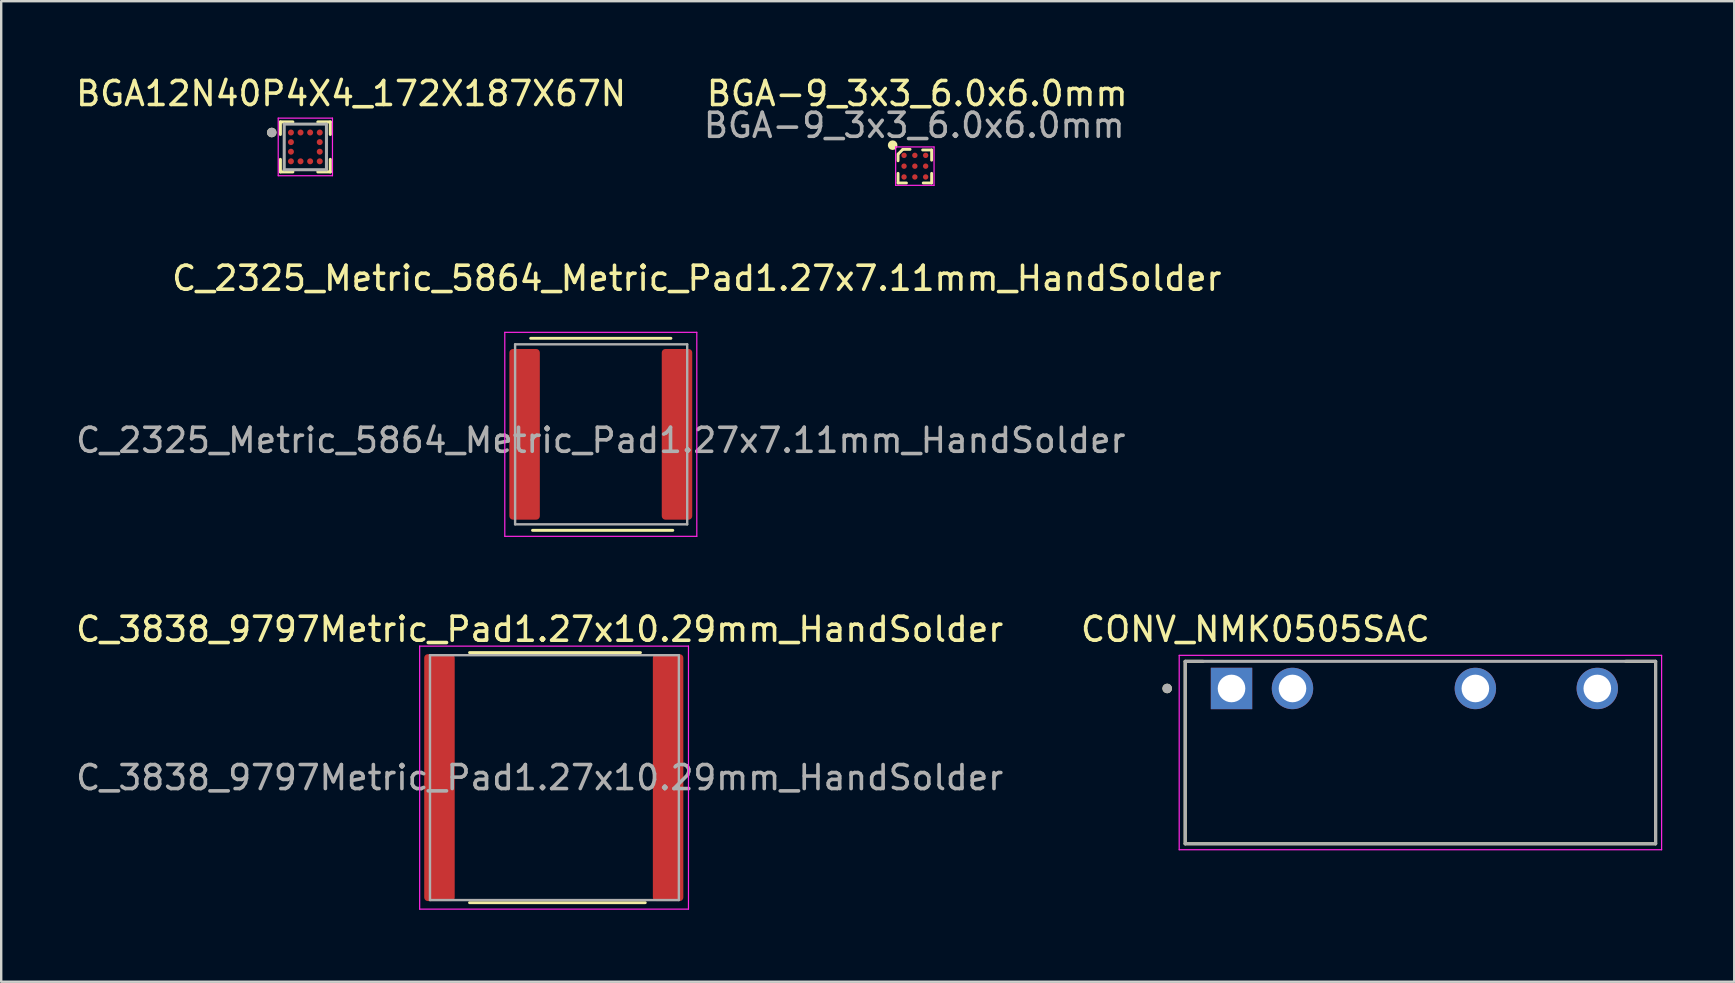
<source format=kicad_pcb>
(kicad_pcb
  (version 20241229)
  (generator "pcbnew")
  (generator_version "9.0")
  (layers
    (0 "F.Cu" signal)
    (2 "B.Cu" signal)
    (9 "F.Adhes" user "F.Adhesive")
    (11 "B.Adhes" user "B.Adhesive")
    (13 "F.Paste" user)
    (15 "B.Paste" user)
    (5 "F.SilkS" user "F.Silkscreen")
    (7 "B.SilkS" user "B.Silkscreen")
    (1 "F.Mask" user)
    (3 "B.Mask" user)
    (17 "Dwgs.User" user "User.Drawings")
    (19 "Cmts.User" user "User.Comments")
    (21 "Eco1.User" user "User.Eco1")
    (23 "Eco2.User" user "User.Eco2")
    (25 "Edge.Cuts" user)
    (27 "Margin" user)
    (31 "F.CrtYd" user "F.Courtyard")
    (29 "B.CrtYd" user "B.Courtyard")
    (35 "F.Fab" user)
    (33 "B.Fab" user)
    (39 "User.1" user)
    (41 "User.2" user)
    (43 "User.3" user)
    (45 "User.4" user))
  (footprint "BGA-9_3x3_6.0x6.0mm"
    (layer "F.Cu")
    (at 35.067 3.873)
    (property "Reference" "BGA-9_3x3_6.0x6.0mm" (at 0.1 -3.025 0) (unlocked yes) (layer "F.SilkS") (effects (font (size 1 1) (thickness 0.15))))
    (attr smd)
    (fp_line (start -0.7 -0.5) (end -0.7 -0.225) (stroke (width 0.12) (type default)) (layer "F.SilkS"))
    (fp_line (start -0.7 0.7) (end -0.7 0.3) (stroke (width 0.12) (type default)) (layer "F.SilkS"))
    (fp_line (start -0.512 -0.688) (end -0.688 -0.512) (stroke (width 0.12) (type default)) (layer "F.SilkS"))
    (fp_line (start -0.5 -0.7) (end -0.2 -0.7) (stroke (width 0.12) (type default)) (layer "F.SilkS"))
    (fp_line (start -0.35 0.7) (end -0.7 0.7) (stroke (width 0.12) (type default)) (layer "F.SilkS"))
    (fp_line (start 0.325 -0.675) (end 0.7 -0.675) (stroke (width 0.12) (type default)) (layer "F.SilkS"))
    (fp_line (start 0.35 0.7) (end 0.7 0.7) (stroke (width 0.12) (type default)) (layer "F.SilkS"))
    (fp_line (start 0.7 -0.675) (end 0.7 -0.25) (stroke (width 0.12) (type default)) (layer "F.SilkS"))
    (fp_line (start 0.7 0.7) (end 0.7 0.3) (stroke (width 0.12) (type default)) (layer "F.SilkS"))
    (fp_circle (center -0.925 -0.875) (end -0.925 -0.875) (stroke (width 0.2) (type default)) (fill no) (layer "F.SilkS"))
    (fp_line (start -0.8 -0.8) (end 0.8 -0.8) (stroke (width 0.05) (type default)) (layer "F.CrtYd"))
    (fp_line (start -0.8 0.8) (end -0.8 -0.8) (stroke (width 0.05) (type default)) (layer "F.CrtYd"))
    (fp_line (start 0.8 -0.8) (end 0.8 0.8) (stroke (width 0.05) (type default)) (layer "F.CrtYd"))
    (fp_line (start 0.8 0.8) (end -0.8 0.8) (stroke (width 0.05) (type default)) (layer "F.CrtYd"))
    (fp_text user "${REFERENCE}" (at -0.025 -1.7 0) (layer "F.Fab") (effects (font (size 1 1) (thickness 0.15))))
    (pad "1" smd circle (at -0.45 -0.45) (size 0.225 0.225) (layers "F.Cu" "F.Mask" "F.Paste"))
    (pad "2" smd circle (at -0.45 0) (size 0.225 0.225) (layers "F.Cu" "F.Mask" "F.Paste"))
    (pad "3" smd circle (at -0.45 0.45) (size 0.225 0.225) (layers "F.Cu" "F.Mask" "F.Paste"))
    (pad "4" smd circle (at 0 -0.45) (size 0.225 0.225) (layers "F.Cu" "F.Mask" "F.Paste"))
    (pad "5" smd circle (at 0 0) (size 0.225 0.225) (layers "F.Cu" "F.Mask" "F.Paste"))
    (pad "6" smd circle (at 0 0.45) (size 0.225 0.225) (layers "F.Cu" "F.Mask" "F.Paste"))
    (pad "7" smd circle (at 0.45 -0.45) (size 0.225 0.225) (layers "F.Cu" "F.Mask" "F.Paste"))
    (pad "8" smd circle (at 0.45 0) (size 0.225 0.225) (layers "F.Cu" "F.Mask" "F.Paste"))
    (pad "9" smd circle (at 0.45 0.45) (size 0.225 0.225) (layers "F.Cu" "F.Mask" "F.Paste")))
  (footprint "C_3838_9797Metric_Pad1.27x10.29mm_HandSolder"
    (layer "F.Cu")
    (at 19.435 29.35)
    (property "Reference" "C_3838_9797Metric_Pad1.27x10.29mm_HandSolder" (at 0 -6.18 0) (layer "F.SilkS") (effects (font (size 1 1) (thickness 0.15))))
    (attr smd)
    (fp_line (start -2.922 -5.21) (end 4.2 -5.21) (stroke (width 0.12) (type solid)) (layer "F.SilkS"))
    (fp_line (start -2.922 5.21) (end 4.4 5.21) (stroke (width 0.12) (type solid)) (layer "F.SilkS"))
    (fp_line (start -5 -5.48) (end 6.2 -5.48) (stroke (width 0.05) (type solid)) (layer "F.CrtYd"))
    (fp_line (start -5 5.48) (end -5 -5.48) (stroke (width 0.05) (type solid)) (layer "F.CrtYd"))
    (fp_line (start 6.2 -5.48) (end 6.2 5.48) (stroke (width 0.05) (type solid)) (layer "F.CrtYd"))
    (fp_line (start 6.2 5.48) (end -5 5.48) (stroke (width 0.05) (type solid)) (layer "F.CrtYd"))
    (fp_line (start -4.57 -5.1) (end 5.8 -5.1) (stroke (width 0.1) (type solid)) (layer "F.Fab"))
    (fp_line (start -4.57 5.1) (end -4.57 -5.1) (stroke (width 0.1) (type solid)) (layer "F.Fab"))
    (fp_line (start 5.8 -5.1) (end 5.8 5.1) (stroke (width 0.1) (type solid)) (layer "F.Fab"))
    (fp_line (start 5.8 5.1) (end -4.57 5.1) (stroke (width 0.1) (type solid)) (layer "F.Fab"))
    (fp_text user "${REFERENCE}" (at 0 0 0) (layer "F.Fab") (effects (font (size 1 1) (thickness 0.15))))
    (pad "1" smd roundrect (at -4.175 0) (size 1.27 10.287) (layers "F.Cu" "F.Mask" "F.Paste") (roundrect_rratio 0.119))
    (pad "2" smd roundrect (at 5.351 0) (size 1.27 10.287) (layers "F.Cu" "F.Mask" "F.Paste") (roundrect_rratio 0.119)))
  (footprint "C_2325_Metric_5864_Metric_Pad1.27x7.11mm_HandSolder"
    (layer "F.Cu")
    (at 22.982 15.046)
    (property "Reference" "C_2325_Metric_5864_Metric_Pad1.27x7.11mm_HandSolder" (at 3 -6.5 0) (layer "F.SilkS") (effects (font (size 1 1) (thickness 0.15))))
    (attr smd)
    (fp_line (start -3.922 -4) (end 1.922 -4) (stroke (width 0.12) (type solid)) (layer "F.SilkS"))
    (fp_line (start -3.845 4) (end 2 4) (stroke (width 0.12) (type solid)) (layer "F.SilkS"))
    (fp_line (start -5 -4.25) (end 3 -4.25) (stroke (width 0.05) (type solid)) (layer "F.CrtYd"))
    (fp_line (start -5 4.25) (end -5 -4.25) (stroke (width 0.05) (type solid)) (layer "F.CrtYd"))
    (fp_line (start 3 -4.25) (end 3 4.25) (stroke (width 0.05) (type solid)) (layer "F.CrtYd"))
    (fp_line (start 3 4.25) (end -5 4.25) (stroke (width 0.05) (type solid)) (layer "F.CrtYd"))
    (fp_line (start -4.57 -3.75) (end 2.6 -3.75) (stroke (width 0.1) (type solid)) (layer "F.Fab"))
    (fp_line (start -4.57 3.75) (end -4.57 -3.75) (stroke (width 0.1) (type solid)) (layer "F.Fab"))
    (fp_line (start 2.6 -3.75) (end 2.6 3.75) (stroke (width 0.1) (type solid)) (layer "F.Fab"))
    (fp_line (start 2.6 3.75) (end -4.57 3.75) (stroke (width 0.1) (type solid)) (layer "F.Fab"))
    (fp_text user "${REFERENCE}" (at -1 0.25 0) (layer "F.Fab") (effects (font (size 1 1) (thickness 0.15))))
    (pad "1" smd roundrect (at -4.175 0) (size 1.27 7.112) (layers "F.Cu" "F.Mask" "F.Paste") (roundrect_rratio 0.119))
    (pad "2" smd roundrect (at 2.175 0) (size 1.27 7.112) (layers "F.Cu" "F.Mask" "F.Paste") (roundrect_rratio 0.119)))
  (footprint "CONV_NMK0505SAC"
    (layer "F.Cu")
    (at 56.131 28.305)
    (property "Reference" "CONV_NMK0505SAC" (at -6.875 -5.135 0) (layer "F.SilkS") (effects (font (size 1 1) (thickness 0.15))))
    (attr through_hole)
    (fp_line (start -9.8 -3.8) (end -9.8 3.8) (stroke (width 0.127) (type solid)) (layer "F.SilkS"))
    (fp_line (start -9.8 3.8) (end 9.8 3.8) (stroke (width 0.127) (type solid)) (layer "F.SilkS"))
    (fp_line (start -9.053 -3.8) (end -9.8 -3.8) (stroke (width 0.127) (type solid)) (layer "F.SilkS"))
    (fp_line (start 9.8 -3.8) (end 8.553 -3.8) (stroke (width 0.127) (type solid)) (layer "F.SilkS"))
    (fp_line (start 9.8 3.8) (end 9.8 -3.8) (stroke (width 0.127) (type solid)) (layer "F.SilkS"))
    (fp_circle (center -10.55 -2.67) (end -10.45 -2.67) (stroke (width 0.2) (type solid)) (fill no) (layer "F.SilkS"))
    (fp_line (start -10.05 -4.05) (end -10.05 4.05) (stroke (width 0.05) (type solid)) (layer "F.CrtYd"))
    (fp_line (start -10.05 4.05) (end 10.05 4.05) (stroke (width 0.05) (type solid)) (layer "F.CrtYd"))
    (fp_line (start 10.05 -4.05) (end -10.05 -4.05) (stroke (width 0.05) (type solid)) (layer "F.CrtYd"))
    (fp_line (start 10.05 4.05) (end 10.05 -4.05) (stroke (width 0.05) (type solid)) (layer "F.CrtYd"))
    (fp_line (start -9.8 -3.8) (end -9.8 3.8) (stroke (width 0.127) (type solid)) (layer "F.Fab"))
    (fp_line (start -9.8 3.8) (end 9.8 3.8) (stroke (width 0.127) (type solid)) (layer "F.Fab"))
    (fp_line (start 9.8 -3.8) (end -9.8 -3.8) (stroke (width 0.127) (type solid)) (layer "F.Fab"))
    (fp_line (start 9.8 3.8) (end 9.8 -3.8) (stroke (width 0.127) (type solid)) (layer "F.Fab"))
    (fp_circle (center -10.55 -2.67) (end -10.45 -2.67) (stroke (width 0.2) (type solid)) (fill no) (layer "F.Fab"))
    (pad "1" thru_hole rect (at -7.87 -2.67) (size 1.725 1.725) (drill 1.15) (layers "*.Cu" "*.Mask"))
    (pad "2" thru_hole circle (at -5.33 -2.67) (size 1.725 1.725) (drill 1.15) (layers "*.Cu" "*.Mask"))
    (pad "5" thru_hole circle (at 2.29 -2.67) (size 1.725 1.725) (drill 1.15) (layers "*.Cu" "*.Mask"))
    (pad "7" thru_hole circle (at 7.37 -2.67) (size 1.725 1.725) (drill 1.15) (layers "*.Cu" "*.Mask")))
  (footprint "BGA12N40P4X4_172X187X67N"
    (layer "F.Cu")
    (at 9.672 3.071)
    (property "Reference" "BGA12N40P4X4_172X187X67N" (at 1.905 -2.223 0) (layer "F.SilkS") (effects (font (size 1 1) (thickness 0.15))))
    (attr smd)
    (fp_line (start -1.04 -1.04) (end -1.04 -0.52) (stroke (width 0.127) (type solid)) (layer "F.SilkS"))
    (fp_line (start -1.04 1.04) (end -1.04 0.52) (stroke (width 0.127) (type solid)) (layer "F.SilkS"))
    (fp_line (start -0.52 -1.04) (end -1.04 -1.04) (stroke (width 0.127) (type solid)) (layer "F.SilkS"))
    (fp_line (start -0.52 1.04) (end -1.04 1.04) (stroke (width 0.127) (type solid)) (layer "F.SilkS"))
    (fp_line (start 1.04 -1.04) (end 0.52 -1.04) (stroke (width 0.127) (type solid)) (layer "F.SilkS"))
    (fp_line (start 1.04 -1.04) (end 1.04 -0.52) (stroke (width 0.127) (type solid)) (layer "F.SilkS"))
    (fp_line (start 1.04 1.04) (end 0.52 1.04) (stroke (width 0.127) (type solid)) (layer "F.SilkS"))
    (fp_line (start 1.04 1.04) (end 1.04 0.52) (stroke (width 0.127) (type solid)) (layer "F.SilkS"))
    (fp_circle (center -1.4 -0.6) (end -1.3 -0.6) (stroke (width 0.2) (type solid)) (fill no) (layer "F.SilkS"))
    (fp_line (start -1.13 -1.2) (end -1.13 1.2) (stroke (width 0.05) (type solid)) (layer "F.CrtYd"))
    (fp_line (start -1.13 -1.2) (end 1.13 -1.2) (stroke (width 0.05) (type solid)) (layer "F.CrtYd"))
    (fp_line (start -1.13 1.2) (end 1.13 1.2) (stroke (width 0.05) (type solid)) (layer "F.CrtYd"))
    (fp_line (start 1.13 -1.2) (end 1.13 1.2) (stroke (width 0.05) (type solid)) (layer "F.CrtYd"))
    (fp_line (start -0.88 -0.95) (end -0.88 0.95) (stroke (width 0.127) (type solid)) (layer "F.Fab"))
    (fp_line (start -0.88 0.95) (end 0.88 0.95) (stroke (width 0.127) (type solid)) (layer "F.Fab"))
    (fp_line (start 0.88 -0.95) (end -0.88 -0.95) (stroke (width 0.127) (type solid)) (layer "F.Fab"))
    (fp_line (start 0.88 0.95) (end 0.88 -0.95) (stroke (width 0.127) (type solid)) (layer "F.Fab"))
    (fp_circle (center -1.4 -0.6) (end -1.3 -0.6) (stroke (width 0.2) (type solid)) (fill no) (layer "F.Fab"))
    (pad "A1" smd circle (at -0.6 -0.6) (size 0.25 0.25) (layers "F.Cu" "F.Mask" "F.Paste"))
    (pad "A2" smd circle (at -0.2 -0.6) (size 0.25 0.25) (layers "F.Cu" "F.Mask" "F.Paste"))
    (pad "A3" smd circle (at 0.2 -0.6) (size 0.25 0.25) (layers "F.Cu" "F.Mask" "F.Paste"))
    (pad "A4" smd circle (at 0.6 -0.6) (size 0.25 0.25) (layers "F.Cu" "F.Mask" "F.Paste"))
    (pad "B1" smd circle (at -0.6 -0.2) (size 0.25 0.25) (layers "F.Cu" "F.Mask" "F.Paste"))
    (pad "B4" smd circle (at 0.6 -0.2) (size 0.25 0.25) (layers "F.Cu" "F.Mask" "F.Paste"))
    (pad "C1" smd circle (at -0.6 0.2) (size 0.25 0.25) (layers "F.Cu" "F.Mask" "F.Paste"))
    (pad "C4" smd circle (at 0.6 0.2) (size 0.25 0.25) (layers "F.Cu" "F.Mask" "F.Paste"))
    (pad "D1" smd circle (at -0.6 0.6) (size 0.25 0.25) (layers "F.Cu" "F.Mask" "F.Paste"))
    (pad "D2" smd circle (at -0.2 0.6) (size 0.25 0.25) (layers "F.Cu" "F.Mask" "F.Paste"))
    (pad "D3" smd circle (at 0.2 0.6) (size 0.25 0.25) (layers "F.Cu" "F.Mask" "F.Paste"))
    (pad "D4" smd circle (at 0.6 0.6) (size 0.25 0.25) (layers "F.Cu" "F.Mask" "F.Paste")))
  (gr_rect
    (start -3 -3)
    (end 69.206 37.855)
    (stroke (width 0.1) (type default))
    (fill no)
    (layer "Edge.Cuts")))
</source>
